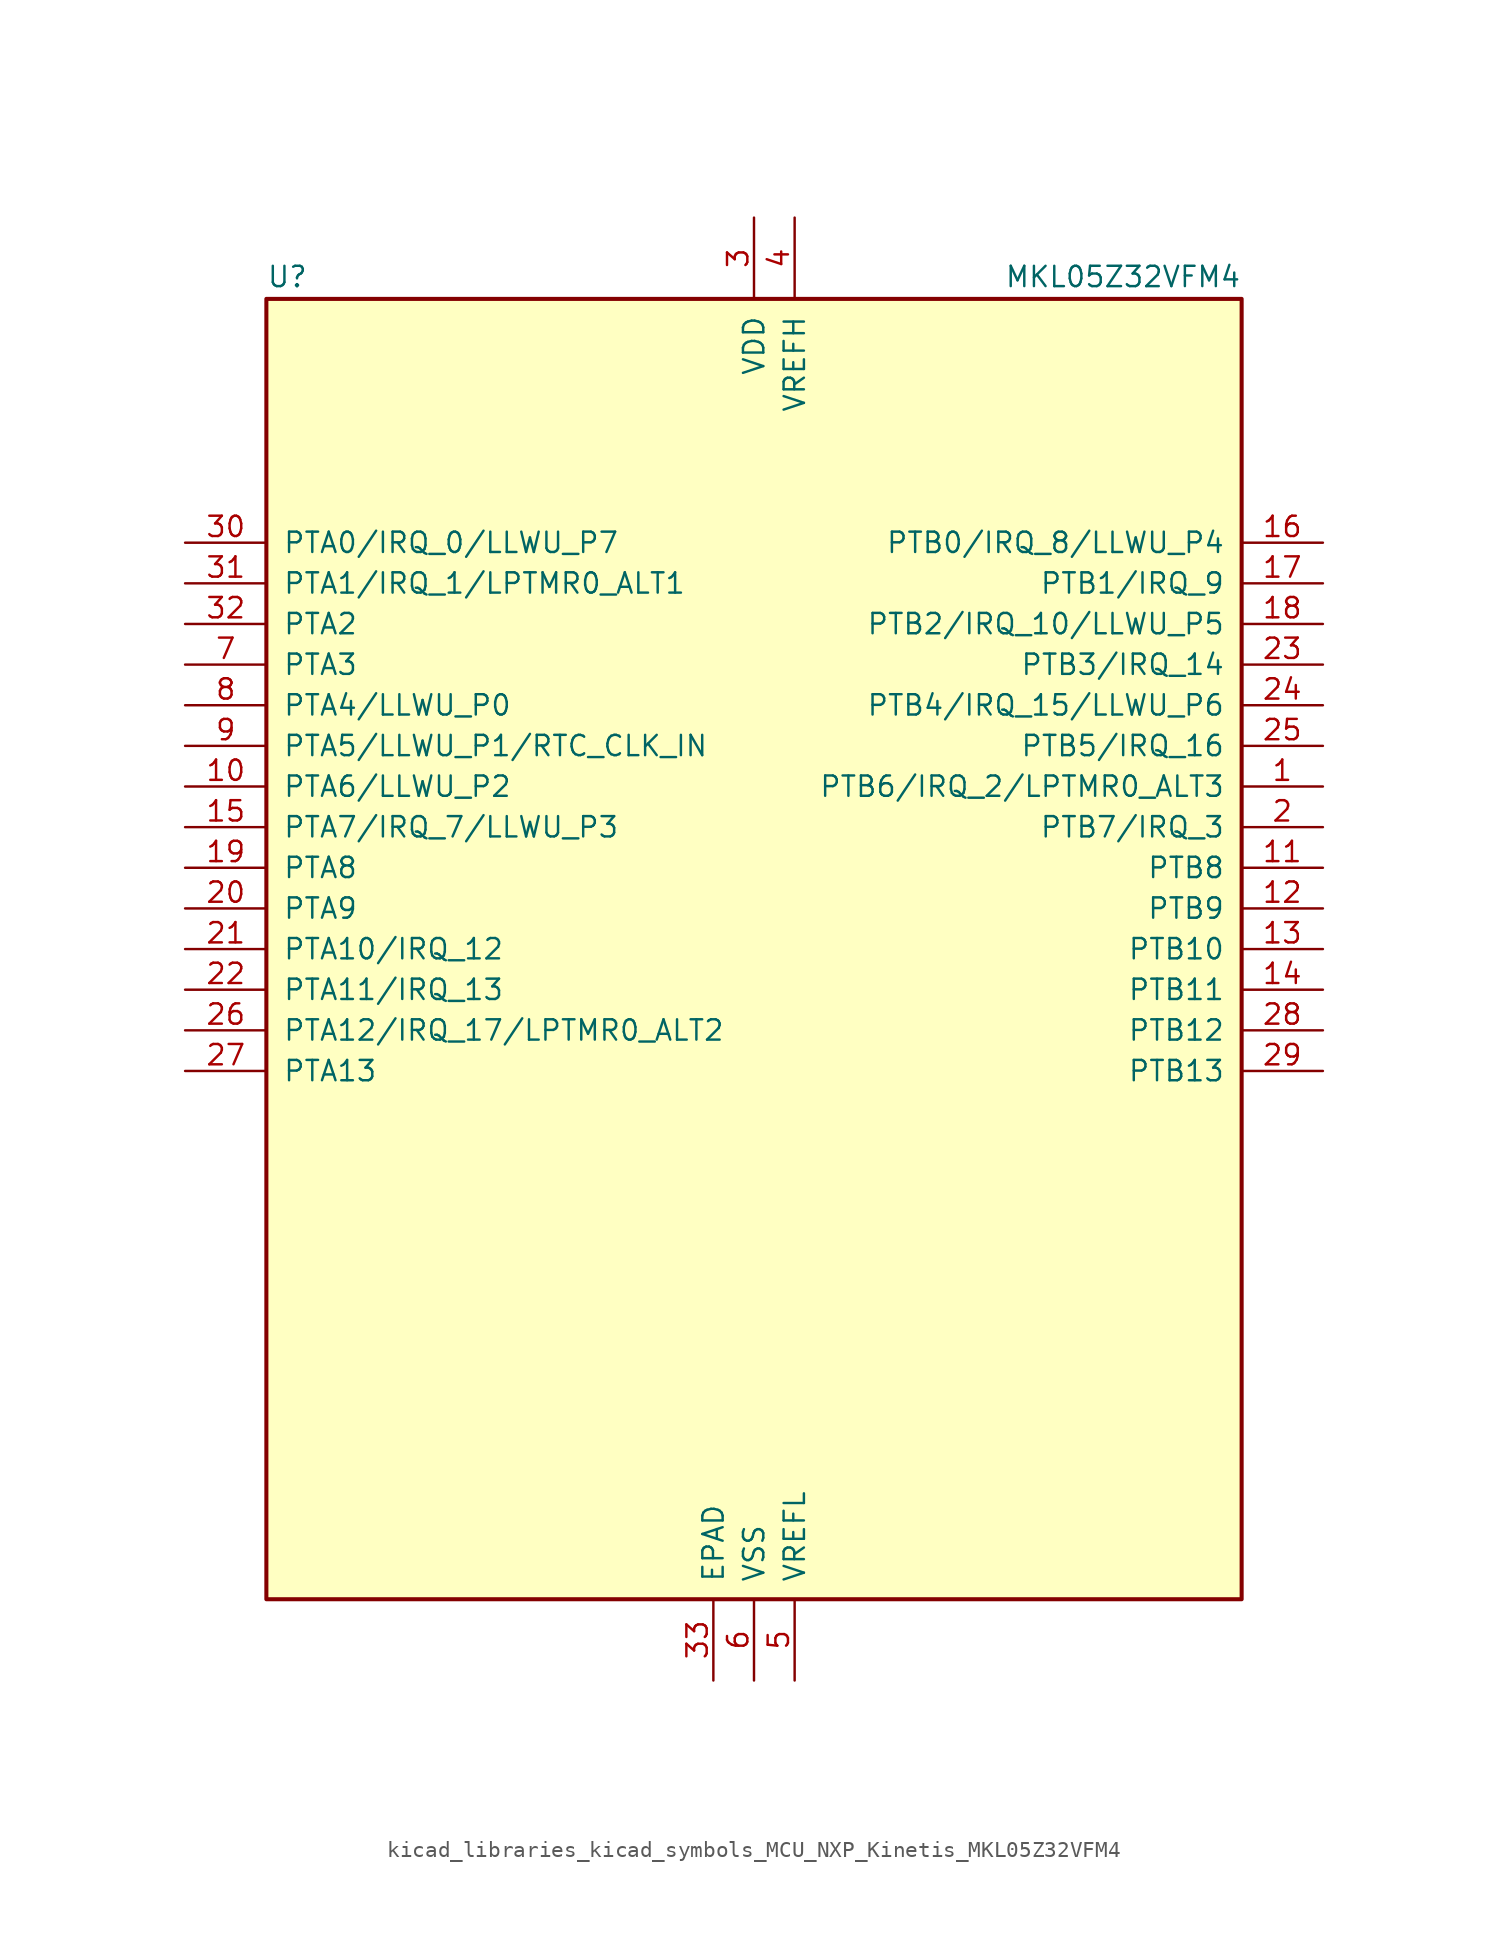
<source format=kicad_sym>
(kicad_symbol_lib
  (version 20220914)
  (generator kicad_symbol_editor)
  (symbol "kicad_libraries_kicad_symbols_MCU_NXP_Kinetis_MKL05Z32VFM4"
    (pin_names
      (offset 1.016))
    (property "Reference" "U"
      (at -30.48 41.275 0)
      (effects (font (size 1.27 1.27)) (justify left bottom)))
    (property "Value" "MKL05Z32VFM4"
      (at 30.48 41.275 0)
      (effects (font (size 1.27 1.27)) (justify right bottom)))
    (symbol "kicad_libraries_kicad_symbols_MCU_NXP_Kinetis_MKL05Z32VFM4_0_1"
      (rectangle (start -30.48 40.64) (end 30.48 -40.64) (stroke (width 0.254) (type default)) (fill (type background))))
    (symbol "kicad_libraries_kicad_symbols_MCU_NXP_Kinetis_MKL05Z32VFM4_1_1"
      (pin bidirectional line (at 35.56 10.16 180) (length 5.08) (name "PTB6/IRQ_2/LPTMR0_ALT3" (effects (font (size 1.27 1.27)))) (number "1" (effects (font (size 1.27 1.27)))))
      (pin bidirectional line (at -35.56 10.16 0) (length 5.08) (name "PTA6/LLWU_P2" (effects (font (size 1.27 1.27)))) (number "10" (effects (font (size 1.27 1.27)))))
      (pin bidirectional line (at 35.56 5.08 180) (length 5.08) (name "PTB8" (effects (font (size 1.27 1.27)))) (number "11" (effects (font (size 1.27 1.27)))))
      (pin bidirectional line (at 35.56 2.54 180) (length 5.08) (name "PTB9" (effects (font (size 1.27 1.27)))) (number "12" (effects (font (size 1.27 1.27)))))
      (pin bidirectional line (at 35.56 0 180) (length 5.08) (name "PTB10" (effects (font (size 1.27 1.27)))) (number "13" (effects (font (size 1.27 1.27)))))
      (pin bidirectional line (at 35.56 -2.54 180) (length 5.08) (name "PTB11" (effects (font (size 1.27 1.27)))) (number "14" (effects (font (size 1.27 1.27)))))
      (pin bidirectional line (at -35.56 7.62 0) (length 5.08) (name "PTA7/IRQ_7/LLWU_P3" (effects (font (size 1.27 1.27)))) (number "15" (effects (font (size 1.27 1.27)))))
      (pin bidirectional line (at 35.56 25.4 180) (length 5.08) (name "PTB0/IRQ_8/LLWU_P4" (effects (font (size 1.27 1.27)))) (number "16" (effects (font (size 1.27 1.27)))))
      (pin bidirectional line (at 35.56 22.86 180) (length 5.08) (name "PTB1/IRQ_9" (effects (font (size 1.27 1.27)))) (number "17" (effects (font (size 1.27 1.27)))))
      (pin bidirectional line (at 35.56 20.32 180) (length 5.08) (name "PTB2/IRQ_10/LLWU_P5" (effects (font (size 1.27 1.27)))) (number "18" (effects (font (size 1.27 1.27)))))
      (pin bidirectional line (at -35.56 5.08 0) (length 5.08) (name "PTA8" (effects (font (size 1.27 1.27)))) (number "19" (effects (font (size 1.27 1.27)))))
      (pin bidirectional line (at 35.56 7.62 180) (length 5.08) (name "PTB7/IRQ_3" (effects (font (size 1.27 1.27)))) (number "2" (effects (font (size 1.27 1.27)))))
      (pin bidirectional line (at -35.56 2.54 0) (length 5.08) (name "PTA9" (effects (font (size 1.27 1.27)))) (number "20" (effects (font (size 1.27 1.27)))))
      (pin bidirectional line (at -35.56 0 0) (length 5.08) (name "PTA10/IRQ_12" (effects (font (size 1.27 1.27)))) (number "21" (effects (font (size 1.27 1.27)))))
      (pin bidirectional line (at -35.56 -2.54 0) (length 5.08) (name "PTA11/IRQ_13" (effects (font (size 1.27 1.27)))) (number "22" (effects (font (size 1.27 1.27)))))
      (pin bidirectional line (at 35.56 17.78 180) (length 5.08) (name "PTB3/IRQ_14" (effects (font (size 1.27 1.27)))) (number "23" (effects (font (size 1.27 1.27)))))
      (pin bidirectional line (at 35.56 15.24 180) (length 5.08) (name "PTB4/IRQ_15/LLWU_P6" (effects (font (size 1.27 1.27)))) (number "24" (effects (font (size 1.27 1.27)))))
      (pin bidirectional line (at 35.56 12.7 180) (length 5.08) (name "PTB5/IRQ_16" (effects (font (size 1.27 1.27)))) (number "25" (effects (font (size 1.27 1.27)))))
      (pin bidirectional line (at -35.56 -5.08 0) (length 5.08) (name "PTA12/IRQ_17/LPTMR0_ALT2" (effects (font (size 1.27 1.27)))) (number "26" (effects (font (size 1.27 1.27)))))
      (pin bidirectional line (at -35.56 -7.62 0) (length 5.08) (name "PTA13" (effects (font (size 1.27 1.27)))) (number "27" (effects (font (size 1.27 1.27)))))
      (pin bidirectional line (at 35.56 -5.08 180) (length 5.08) (name "PTB12" (effects (font (size 1.27 1.27)))) (number "28" (effects (font (size 1.27 1.27)))))
      (pin bidirectional line (at 35.56 -7.62 180) (length 5.08) (name "PTB13" (effects (font (size 1.27 1.27)))) (number "29" (effects (font (size 1.27 1.27)))))
      (pin power_in line (at 0 45.72 270) (length 5.08) (name "VDD" (effects (font (size 1.27 1.27)))) (number "3" (effects (font (size 1.27 1.27)))))
      (pin bidirectional line (at -35.56 25.4 0) (length 5.08) (name "PTA0/IRQ_0/LLWU_P7" (effects (font (size 1.27 1.27)))) (number "30" (effects (font (size 1.27 1.27)))))
      (pin bidirectional line (at -35.56 22.86 0) (length 5.08) (name "PTA1/IRQ_1/LPTMR0_ALT1" (effects (font (size 1.27 1.27)))) (number "31" (effects (font (size 1.27 1.27)))))
      (pin bidirectional line (at -35.56 20.32 0) (length 5.08) (name "PTA2" (effects (font (size 1.27 1.27)))) (number "32" (effects (font (size 1.27 1.27)))))
      (pin power_in line (at -2.54 -45.72 90) (length 5.08) (name "EPAD" (effects (font (size 1.27 1.27)))) (number "33" (effects (font (size 1.27 1.27)))))
      (pin power_in line (at 2.54 45.72 270) (length 5.08) (name "VREFH" (effects (font (size 1.27 1.27)))) (number "4" (effects (font (size 1.27 1.27)))))
      (pin power_in line (at 2.54 -45.72 90) (length 5.08) (name "VREFL" (effects (font (size 1.27 1.27)))) (number "5" (effects (font (size 1.27 1.27)))))
      (pin power_in line (at 0 -45.72 90) (length 5.08) (name "VSS" (effects (font (size 1.27 1.27)))) (number "6" (effects (font (size 1.27 1.27)))))
      (pin bidirectional line (at -35.56 17.78 0) (length 5.08) (name "PTA3" (effects (font (size 1.27 1.27)))) (number "7" (effects (font (size 1.27 1.27)))))
      (pin bidirectional line (at -35.56 15.24 0) (length 5.08) (name "PTA4/LLWU_P0" (effects (font (size 1.27 1.27)))) (number "8" (effects (font (size 1.27 1.27)))))
      (pin bidirectional line (at -35.56 12.7 0) (length 5.08) (name "PTA5/LLWU_P1/RTC_CLK_IN" (effects (font (size 1.27 1.27)))) (number "9" (effects (font (size 1.27 1.27))))))))
</source>
